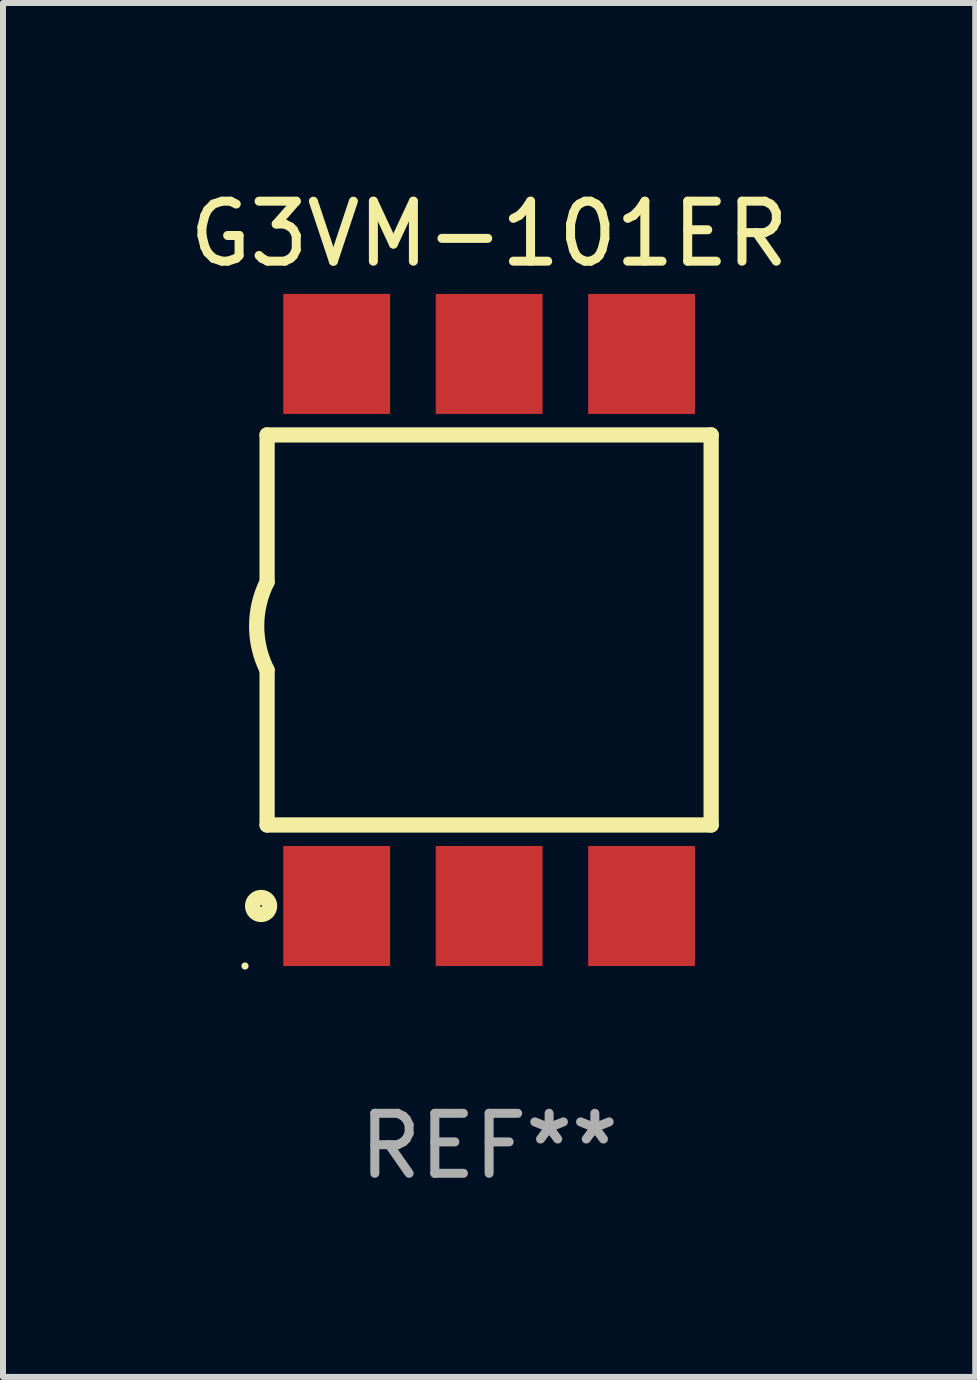
<source format=kicad_pcb>
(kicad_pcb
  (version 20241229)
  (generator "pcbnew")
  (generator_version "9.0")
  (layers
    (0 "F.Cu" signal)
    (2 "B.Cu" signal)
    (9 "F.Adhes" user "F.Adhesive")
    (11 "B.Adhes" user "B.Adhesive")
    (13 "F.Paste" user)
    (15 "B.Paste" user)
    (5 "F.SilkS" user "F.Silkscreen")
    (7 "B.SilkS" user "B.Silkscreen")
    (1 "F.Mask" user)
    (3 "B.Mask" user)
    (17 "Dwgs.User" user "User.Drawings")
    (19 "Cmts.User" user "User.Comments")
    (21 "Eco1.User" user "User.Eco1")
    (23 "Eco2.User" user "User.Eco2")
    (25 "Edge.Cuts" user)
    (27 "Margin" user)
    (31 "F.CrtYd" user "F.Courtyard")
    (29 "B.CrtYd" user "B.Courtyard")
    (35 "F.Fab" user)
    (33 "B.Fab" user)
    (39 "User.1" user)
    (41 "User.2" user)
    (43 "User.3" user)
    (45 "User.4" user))
  (footprint "G3VM-101ER"
    (layer "F.Cu")
    (at 5.101 7.448)
    (property "Reference" "G3VM-101ER" (at 0 -6.6 0) (layer "F.SilkS") (effects (font (size 1 1) (thickness 0.15))))
    (attr through_hole)
    (fp_line (start -3.7 -3.25) (end -3.7 -0.8) (stroke (width 0.254) (type solid)) (layer "F.SilkS"))
    (fp_line (start -3.7 -3.25) (end 3.7 -3.25) (stroke (width 0.254) (type solid)) (layer "F.SilkS"))
    (fp_line (start -3.7 3.25) (end -3.7 0.669) (stroke (width 0.254) (type solid)) (layer "F.SilkS"))
    (fp_line (start 3.7 -3.25) (end 3.7 3.25) (stroke (width 0.254) (type solid)) (layer "F.SilkS"))
    (fp_line (start 3.7 3.25) (end -3.7 3.25) (stroke (width 0.254) (type solid)) (layer "F.SilkS"))
    (fp_arc (start -3.700787 0.668021) (mid -3.873795 -0.066082) (end -3.7 -0.8) (stroke (width 0.254001) (type solid)) (layer "F.SilkS"))
    (fp_circle (center -4.068 5.6) (end -4.038 5.6) (stroke (width 0.06) (type solid)) (fill no) (layer "F.SilkS"))
    (fp_circle (center -3.8 4.6) (end -3.658 4.6) (stroke (width 0.254) (type solid)) (fill no) (layer "F.SilkS"))
    (fp_text user "REF**" (at 0 8.6 0) (layer "F.Fab") (effects (font (size 1 1) (thickness 0.15))))
    (pad "1" smd rect (at -2.54 4.6) (size 1.78 2) (layers "F.Cu" "F.Mask" "F.Paste"))
    (pad "2" smd rect (at 0 4.6) (size 1.78 2) (layers "F.Cu" "F.Mask" "F.Paste"))
    (pad "3" smd rect (at 2.54 4.6) (size 1.78 2) (layers "F.Cu" "F.Mask" "F.Paste"))
    (pad "4" smd rect (at 2.54 -4.6) (size 1.78 2) (layers "F.Cu" "F.Mask" "F.Paste"))
    (pad "5" smd rect (at 0 -4.6) (size 1.78 2) (layers "F.Cu" "F.Mask" "F.Paste"))
    (pad "6" smd rect (at -2.54 -4.6) (size 1.78 2) (layers "F.Cu" "F.Mask" "F.Paste")))
  (gr_rect
    (start -3 -3)
    (end 13.202 19.896)
    (stroke (width 0.1) (type default))
    (fill no)
    (layer "Edge.Cuts")))
</source>
